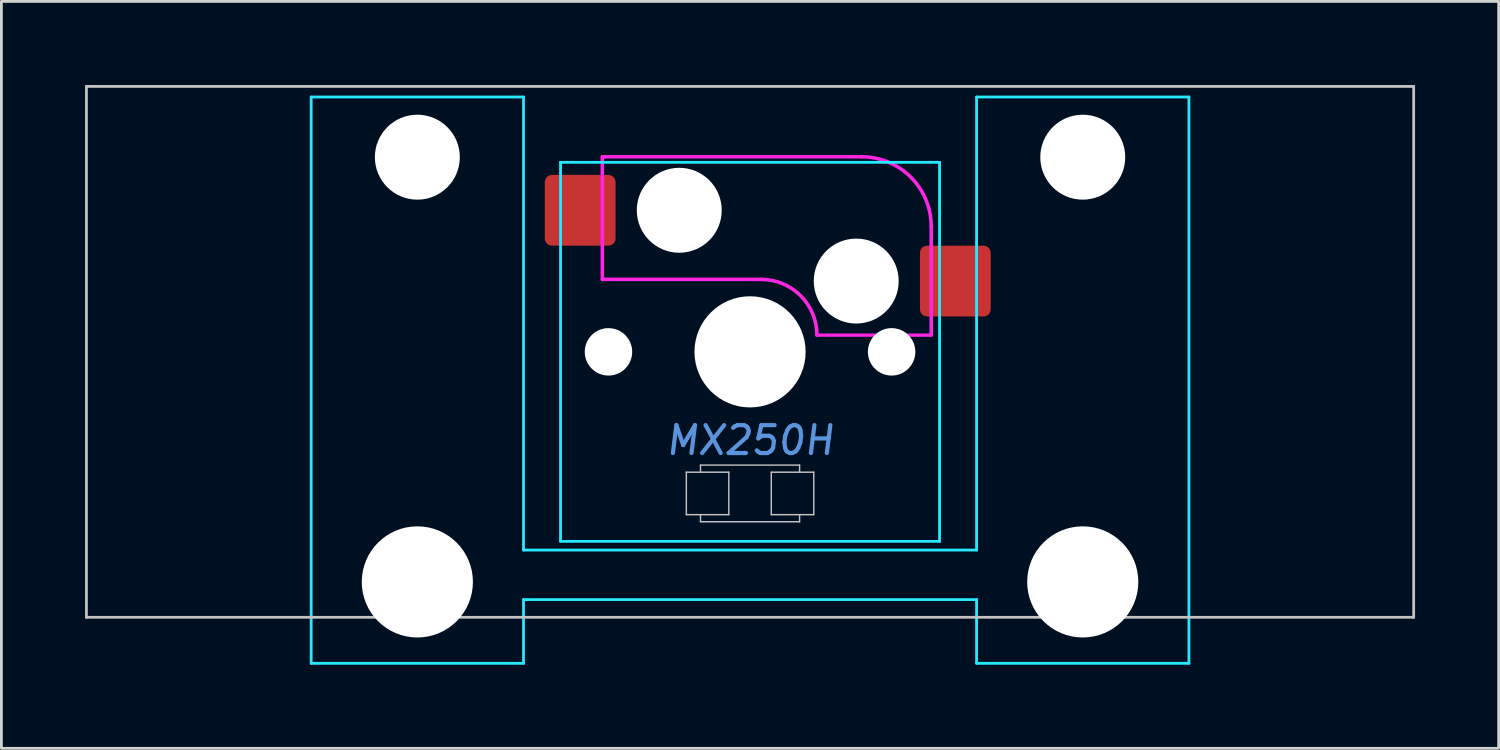
<source format=kicad_pcb>
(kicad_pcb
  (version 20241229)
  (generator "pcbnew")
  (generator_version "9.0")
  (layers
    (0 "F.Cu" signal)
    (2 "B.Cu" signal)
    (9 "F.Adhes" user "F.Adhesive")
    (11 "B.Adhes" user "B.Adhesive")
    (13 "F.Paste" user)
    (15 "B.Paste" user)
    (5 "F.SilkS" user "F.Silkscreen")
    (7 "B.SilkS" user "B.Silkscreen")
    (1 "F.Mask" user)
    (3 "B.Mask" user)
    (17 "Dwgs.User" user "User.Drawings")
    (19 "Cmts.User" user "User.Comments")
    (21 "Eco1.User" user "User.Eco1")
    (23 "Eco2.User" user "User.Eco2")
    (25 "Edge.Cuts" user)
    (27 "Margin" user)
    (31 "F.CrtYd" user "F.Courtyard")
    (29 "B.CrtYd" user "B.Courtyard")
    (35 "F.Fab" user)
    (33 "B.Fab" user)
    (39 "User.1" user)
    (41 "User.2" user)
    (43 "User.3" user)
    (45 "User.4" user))
  (footprint "MX250H"
    (layer "F.Cu")
    (at 23.863 9.575)
    (property "Reference" "MX250H" (at 0 3.175 0) (layer "Cmts.User") (effects (font (size 1 1) (thickness 0.15) (italic yes))))
    (attr smd)
    (fp_line (start -23.812 -9.525) (end -23.812 9.525) (stroke (width 0.1) (type solid)) (layer "Dwgs.User"))
    (fp_line (start -23.812 -9.525) (end 23.812 -9.525) (stroke (width 0.1) (type solid)) (layer "Dwgs.User"))
    (fp_line (start -23.812 9.525) (end 23.812 9.525) (stroke (width 0.1) (type solid)) (layer "Dwgs.User"))
    (fp_line (start -2.286 4.318) (end -0.762 4.318) (stroke (width 0.051) (type solid)) (layer "Dwgs.User"))
    (fp_line (start -2.286 5.842) (end -2.286 4.318) (stroke (width 0.051) (type solid)) (layer "Dwgs.User"))
    (fp_line (start -1.778 4.064) (end 1.778 4.064) (stroke (width 0.051) (type solid)) (layer "Dwgs.User"))
    (fp_line (start -1.778 4.318) (end -1.778 4.064) (stroke (width 0.051) (type solid)) (layer "Dwgs.User"))
    (fp_line (start -1.778 6.096) (end -1.778 5.842) (stroke (width 0.051) (type solid)) (layer "Dwgs.User"))
    (fp_line (start -0.762 4.318) (end -0.762 5.842) (stroke (width 0.051) (type solid)) (layer "Dwgs.User"))
    (fp_line (start -0.762 5.842) (end -2.286 5.842) (stroke (width 0.051) (type solid)) (layer "Dwgs.User"))
    (fp_line (start 0.762 4.318) (end 2.286 4.318) (stroke (width 0.051) (type solid)) (layer "Dwgs.User"))
    (fp_line (start 0.762 5.842) (end 0.762 4.318) (stroke (width 0.051) (type solid)) (layer "Dwgs.User"))
    (fp_line (start 1.778 4.064) (end 1.778 4.318) (stroke (width 0.051) (type solid)) (layer "Dwgs.User"))
    (fp_line (start 1.778 5.842) (end 1.778 6.096) (stroke (width 0.051) (type solid)) (layer "Dwgs.User"))
    (fp_line (start 1.778 6.096) (end -1.778 6.096) (stroke (width 0.051) (type solid)) (layer "Dwgs.User"))
    (fp_line (start 2.286 4.318) (end 2.286 5.842) (stroke (width 0.051) (type solid)) (layer "Dwgs.User"))
    (fp_line (start 2.286 5.842) (end 0.762 5.842) (stroke (width 0.051) (type solid)) (layer "Dwgs.User"))
    (fp_line (start 23.812 -9.525) (end 23.812 9.525) (stroke (width 0.1) (type solid)) (layer "Dwgs.User"))
    (fp_line (start -15.438 -5.485) (end -15.438 8.515) (stroke (width 0.1) (type solid)) (layer "Eco1.User"))
    (fp_line (start -14.938 -5.985) (end -8.938 -5.985) (stroke (width 0.1) (type solid)) (layer "Eco1.User"))
    (fp_line (start -8.938 9.015) (end -14.938 9.015) (stroke (width 0.1) (type solid)) (layer "Eco1.User"))
    (fp_line (start -8.438 8.515) (end -8.438 -5.485) (stroke (width 0.1) (type solid)) (layer "Eco1.User"))
    (fp_line (start -7 -6.5) (end -7 6.5) (stroke (width 0.1) (type solid)) (layer "Eco1.User"))
    (fp_line (start -6.5 7) (end 6.5 7) (stroke (width 0.1) (type solid)) (layer "Eco1.User"))
    (fp_line (start 6.5 -7) (end -6.5 -7) (stroke (width 0.1) (type solid)) (layer "Eco1.User"))
    (fp_line (start 7 6.5) (end 7 -6.5) (stroke (width 0.1) (type solid)) (layer "Eco1.User"))
    (fp_line (start 8.438 -5.485) (end 8.438 8.515) (stroke (width 0.1) (type solid)) (layer "Eco1.User"))
    (fp_line (start 8.938 -5.985) (end 14.938 -5.985) (stroke (width 0.1) (type solid)) (layer "Eco1.User"))
    (fp_line (start 14.938 9.015) (end 8.938 9.015) (stroke (width 0.1) (type solid)) (layer "Eco1.User"))
    (fp_line (start 15.438 8.515) (end 15.438 -5.485) (stroke (width 0.1) (type solid)) (layer "Eco1.User"))
    (fp_arc (start -15.438 -5.485) (mid -15.291553 -5.838553) (end -14.938 -5.985) (stroke (width 0.1) (type solid)) (layer "Eco1.User"))
    (fp_arc (start -14.938 9.015) (mid -15.291553 8.868553) (end -15.438 8.515) (stroke (width 0.1) (type solid)) (layer "Eco1.User"))
    (fp_arc (start -8.938 -5.985) (mid -8.584447 -5.838553) (end -8.438 -5.485) (stroke (width 0.1) (type solid)) (layer "Eco1.User"))
    (fp_arc (start -8.438 8.515) (mid -8.584447 8.868553) (end -8.938 9.015) (stroke (width 0.1) (type solid)) (layer "Eco1.User"))
    (fp_arc (start -7 -6.5) (mid -6.853553 -6.853553) (end -6.5 -7) (stroke (width 0.1) (type solid)) (layer "Eco1.User"))
    (fp_arc (start -6.5 7) (mid -6.853553 6.853553) (end -7 6.5) (stroke (width 0.1) (type solid)) (layer "Eco1.User"))
    (fp_arc (start 6.5 -7) (mid 6.853553 -6.853553) (end 7 -6.5) (stroke (width 0.1) (type solid)) (layer "Eco1.User"))
    (fp_arc (start 7 6.5) (mid 6.853553 6.853553) (end 6.5 7) (stroke (width 0.1) (type solid)) (layer "Eco1.User"))
    (fp_arc (start 8.438 -5.485) (mid 8.584447 -5.838553) (end 8.938 -5.985) (stroke (width 0.1) (type solid)) (layer "Eco1.User"))
    (fp_arc (start 8.938 9.015) (mid 8.584447 8.868553) (end 8.438 8.515) (stroke (width 0.1) (type solid)) (layer "Eco1.User"))
    (fp_arc (start 14.938 -5.985) (mid 15.291553 -5.838553) (end 15.438 -5.485) (stroke (width 0.1) (type solid)) (layer "Eco1.User"))
    (fp_arc (start 15.438 8.515) (mid 15.291553 8.868553) (end 14.938 9.015) (stroke (width 0.1) (type solid)) (layer "Eco1.User"))
    (fp_line (start -15.748 -9.144) (end -15.748 11.176) (stroke (width 0.1) (type solid)) (layer "B.CrtYd"))
    (fp_line (start -15.748 11.176) (end -8.128 11.176) (stroke (width 0.1) (type solid)) (layer "B.CrtYd"))
    (fp_line (start -8.128 -9.144) (end -15.748 -9.144) (stroke (width 0.1) (type solid)) (layer "B.CrtYd"))
    (fp_line (start -8.128 7.112) (end -8.128 -9.144) (stroke (width 0.1) (type solid)) (layer "B.CrtYd"))
    (fp_line (start -8.128 7.112) (end 8.128 7.112) (stroke (width 0.1) (type solid)) (layer "B.CrtYd"))
    (fp_line (start -8.128 8.89) (end -8.128 11.176) (stroke (width 0.1) (type solid)) (layer "B.CrtYd"))
    (fp_line (start -8.128 8.89) (end 8.128 8.89) (stroke (width 0.1) (type solid)) (layer "B.CrtYd"))
    (fp_line (start -6.8 -6.8) (end -6.8 6.8) (stroke (width 0.1) (type solid)) (layer "B.CrtYd"))
    (fp_line (start 6.8 -6.8) (end -6.8 -6.8) (stroke (width 0.1) (type solid)) (layer "B.CrtYd"))
    (fp_line (start 6.8 -6.8) (end 6.8 6.8) (stroke (width 0.1) (type solid)) (layer "B.CrtYd"))
    (fp_line (start 6.8 6.8) (end -6.8 6.8) (stroke (width 0.1) (type solid)) (layer "B.CrtYd"))
    (fp_line (start 8.128 -9.144) (end 15.748 -9.144) (stroke (width 0.1) (type solid)) (layer "B.CrtYd"))
    (fp_line (start 8.128 7.112) (end 8.128 -9.142) (stroke (width 0.1) (type solid)) (layer "B.CrtYd"))
    (fp_line (start 8.128 8.89) (end 8.128 11.176) (stroke (width 0.1) (type solid)) (layer "B.CrtYd"))
    (fp_line (start 15.748 11.176) (end 8.128 11.176) (stroke (width 0.1) (type solid)) (layer "B.CrtYd"))
    (fp_line (start 15.748 11.176) (end 15.748 -9.144) (stroke (width 0.1) (type solid)) (layer "B.CrtYd"))
    (fp_line (start -5.3 -7) (end -5.3 -2.6) (stroke (width 0.127) (type solid)) (layer "F.CrtYd"))
    (fp_line (start -5.2 -7) (end -5.3 -7) (stroke (width 0.12) (type solid)) (layer "F.CrtYd"))
    (fp_line (start 0.4 -2.6) (end -5.3 -2.6) (stroke (width 0.127) (type solid)) (layer "F.CrtYd"))
    (fp_line (start 4 -7) (end -5.2 -7) (stroke (width 0.12) (type solid)) (layer "F.CrtYd"))
    (fp_line (start 6.5 -4.5) (end 6.5 -0.6) (stroke (width 0.127) (type solid)) (layer "F.CrtYd"))
    (fp_line (start 6.5 -0.6) (end 2.4 -0.6) (stroke (width 0.12) (type solid)) (layer "F.CrtYd"))
    (fp_arc (start 0.4 -2.6) (mid 1.814214 -2.014214) (end 2.4 -0.6) (stroke (width 0.127) (type solid)) (layer "F.CrtYd"))
    (fp_arc (start 4 -7) (mid 5.767767 -6.267767) (end 6.5 -4.5) (stroke (width 0.127) (type solid)) (layer "F.CrtYd"))
    (pad "" np_thru_hole circle (at -11.938 -6.985) (size 3.048 3.048) (drill 3.048) (layers "*.Cu" "*.Mask"))
    (pad "" np_thru_hole circle (at -11.938 8.255) (size 3.988 3.988) (drill 3.988) (layers "*.Cu" "*.Mask"))
    (pad "" np_thru_hole circle (at -5.08 0) (size 1.702 1.702) (drill 1.702) (layers "*.Cu" "*.Mask"))
    (pad "" np_thru_hole circle (at -2.54 -5.08) (size 3.048 3.048) (drill 3.048) (layers "*.Cu" "*.Mask"))
    (pad "" np_thru_hole circle (at 0 0) (size 3.988 3.988) (drill 3.988) (layers "*.Cu" "*.Mask"))
    (pad "" np_thru_hole circle (at 3.81 -2.54) (size 3.048 3.048) (drill 3.048) (layers "*.Cu" "*.Mask"))
    (pad "" np_thru_hole circle (at 5.08 0) (size 1.702 1.702) (drill 1.702) (layers "*.Cu" "*.Mask"))
    (pad "" np_thru_hole circle (at 11.938 -6.985) (size 3.048 3.048) (drill 3.048) (layers "*.Cu" "*.Mask"))
    (pad "" np_thru_hole circle (at 11.938 8.255) (size 3.988 3.988) (drill 3.988) (layers "*.Cu" "*.Mask"))
    (pad "1" smd roundrect (at -6.096 -5.08) (size 2.54 2.54) (layers "F.Cu" "F.Mask") (roundrect_rratio 0.1))
    (pad "2" smd roundrect (at 7.366 -2.54) (size 2.54 2.54) (layers "F.Cu" "F.Mask") (roundrect_rratio 0.1)))
  (gr_rect
    (start -3 -3)
    (end 50.725 23.801)
    (stroke (width 0.1) (type default))
    (fill no)
    (layer "Edge.Cuts")))
</source>
